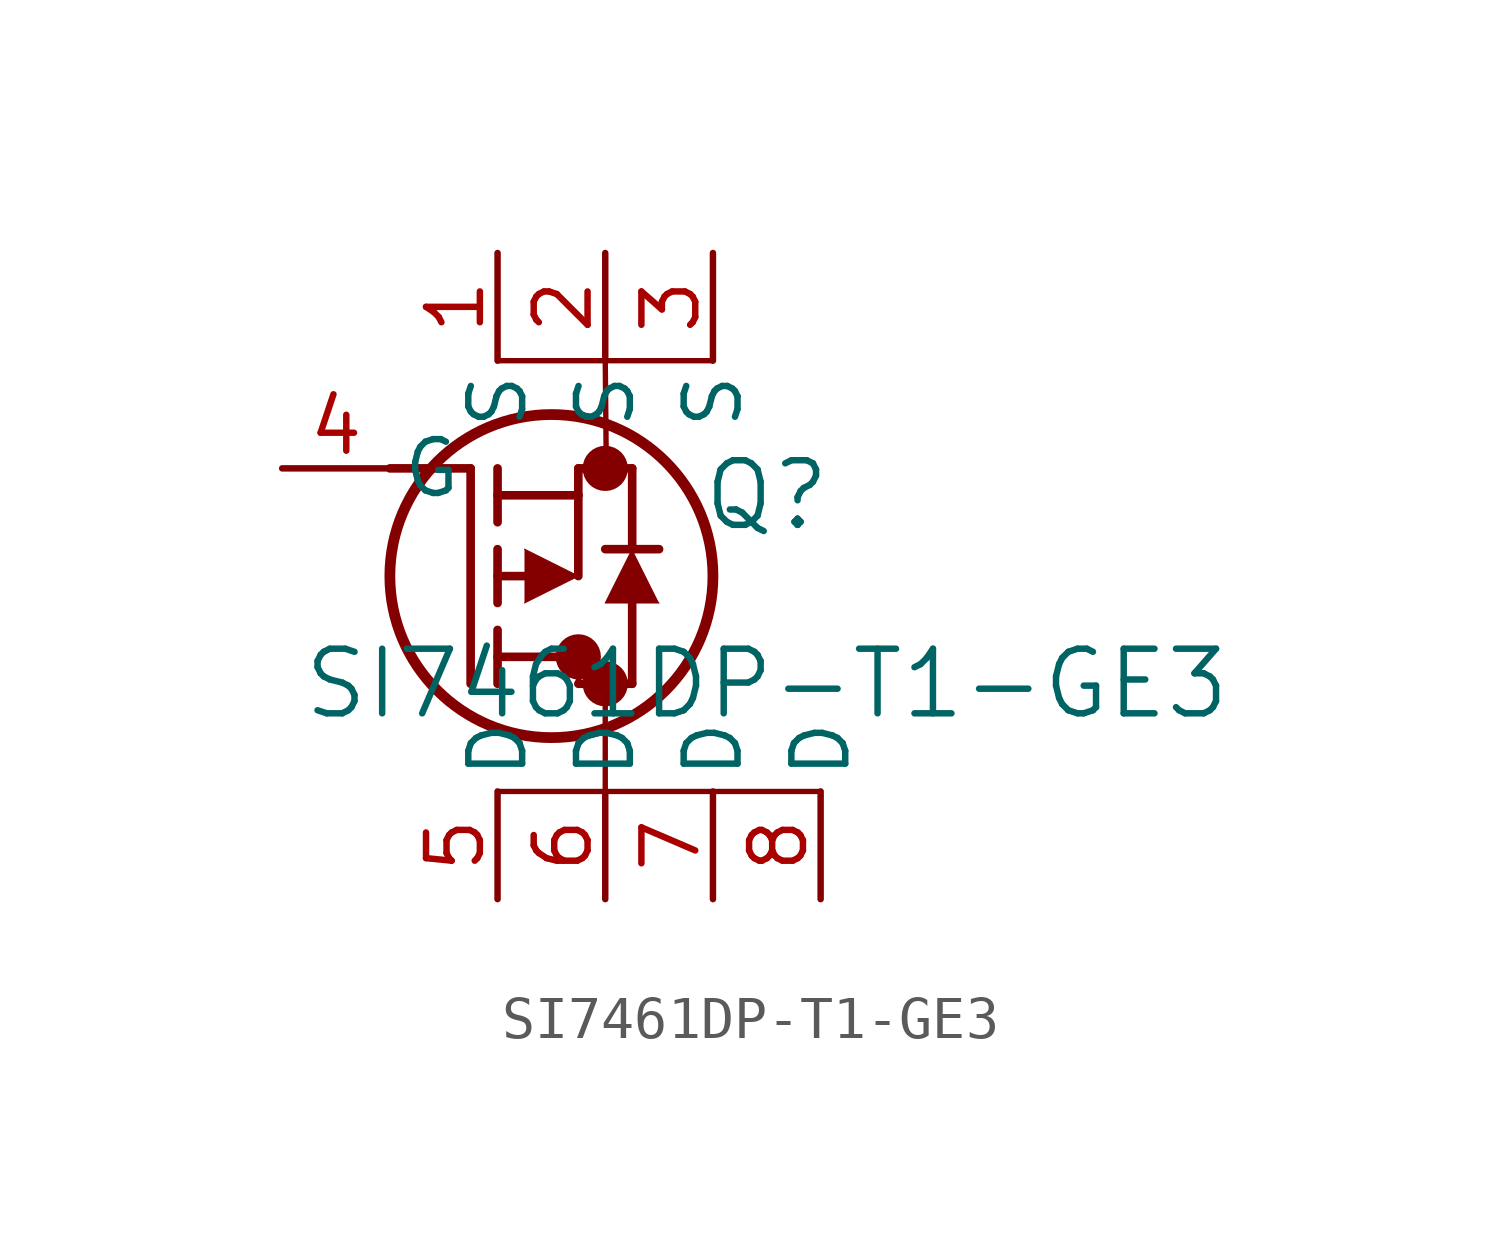
<source format=kicad_sym>
(kicad_symbol_lib
  (version 20211014)
  (generator kicad_symbol_editor)
  (symbol "SI7461DP-T1-GE3"
    (pin_names
      (offset 0.254))
    (property "Reference" "Q"
      (at 11.43 -0.635 0)
      (effects (font (size 1.524 1.524))))
    (property "Value" "SI7461DP-T1-GE3"
      (at 11.43 -5.08 0)
      (effects (font (size 1.524 1.524))))
    (symbol "SI7461DP-T1-GE3_0_1"
      (polyline (pts (xy 2.54 0) (xy 4.445 0)) (stroke (width 0.203) (type default) (color 0 0 0 0)) (fill (type none)))
      (circle (center 7.62 0) (radius 0.025) (stroke (width 0.508) (type default) (color 0 0 0 0)) (fill (type none)))
      (circle (center 7.62 -5.08) (radius 0.025) (stroke (width 0.508) (type default) (color 0 0 0 0)) (fill (type none)))
      (circle (center 6.985 -4.445) (radius 0.025) (stroke (width 0.508) (type default) (color 0 0 0 0)) (fill (type none)))
      (circle (center 6.35 -2.54) (radius 3.81) (stroke (width 0.254) (type default) (color 0 0 0 0)) (fill (type none)))
      (polyline (pts (xy 4.445 -5.08) (xy 4.445 0)) (stroke (width 0.203) (type default) (color 0 0 0 0)) (fill (type none)))
      (polyline (pts (xy 5.08 -3.175) (xy 5.08 -1.905)) (stroke (width 0.203) (type default) (color 0 0 0 0)) (fill (type none)))
      (polyline (pts (xy 5.08 -5.08) (xy 5.08 -3.81)) (stroke (width 0.203) (type default) (color 0 0 0 0)) (fill (type none)))
      (polyline (pts (xy 5.08 -1.27) (xy 5.08 0)) (stroke (width 0.203) (type default) (color 0 0 0 0)) (fill (type none)))
      (polyline (pts (xy 5.715 -2.54) (xy 5.08 -2.54)) (stroke (width 0.203) (type default) (color 0 0 0 0)) (fill (type none)))
      (polyline (pts (xy 5.08 -4.445) (xy 6.985 -4.445)) (stroke (width 0.203) (type default) (color 0 0 0 0)) (fill (type none)))
      (polyline (pts (xy 6.985 -0.635) (xy 6.985 -2.54)) (stroke (width 0.203) (type default) (color 0 0 0 0)) (fill (type none)))
      (polyline (pts (xy 6.985 -5.08) (xy 8.255 -5.08)) (stroke (width 0.203) (type default) (color 0 0 0 0)) (fill (type none)))
      (polyline (pts (xy 5.08 -0.635) (xy 6.985 -0.635)) (stroke (width 0.203) (type default) (color 0 0 0 0)) (fill (type none)))
      (polyline (pts (xy 8.255 -1.905) (xy 8.255 0)) (stroke (width 0.203) (type default) (color 0 0 0 0)) (fill (type none)))
      (polyline (pts (xy 5.715 -3.175) (xy 6.985 -2.54) (xy 5.715 -1.905)) (stroke (width 0.025) (type default) (color 0 0 0 0)) (fill (type outline)))
      (polyline (pts (xy 8.89 -3.175) (xy 7.62 -3.175) (xy 8.255 -1.905)) (stroke (width 0.025) (type default) (color 0 0 0 0)) (fill (type outline)))
      (polyline (pts (xy 8.255 -5.08) (xy 8.255 -3.175)) (stroke (width 0.203) (type default) (color 0 0 0 0)) (fill (type none)))
      (polyline (pts (xy 8.89 -1.905) (xy 7.62 -1.905)) (stroke (width 0.203) (type default) (color 0 0 0 0)) (fill (type none)))
      (polyline (pts (xy 6.985 0) (xy 8.255 0)) (stroke (width 0.203) (type default) (color 0 0 0 0)) (fill (type none)))
      (polyline (pts (xy 6.985 -0.635) (xy 6.985 0)) (stroke (width 0.203) (type default) (color 0 0 0 0)) (fill (type none)))
      (polyline (pts (xy 6.985 -4.445) (xy 6.985 -5.08)) (stroke (width 0.127) (type default) (color 0 0 0 0)) (fill (type none)))
      (polyline (pts (xy 5.08 -7.62) (xy 12.7 -7.62)) (stroke (width 0.127) (type default) (color 0 0 0 0)) (fill (type none)))
      (polyline (pts (xy 5.08 2.54) (xy 10.16 2.54)) (stroke (width 0.127) (type default) (color 0 0 0 0)) (fill (type none)))
      (polyline (pts (xy 7.62 2.54) (xy 7.645 0)) (stroke (width 0.127) (type default) (color 0 0 0 0)) (fill (type none)))
      (polyline (pts (xy 7.62 -7.62) (xy 7.62 -5.08)) (stroke (width 0.127) (type default) (color 0 0 0 0)) (fill (type none)))
      (pin unspecified line (at 5.08 5.08 270) (length 2.54) (name "S" (effects (font (size 1.27 1.27)))) (number "1" (effects (font (size 1.27 1.27)))))
      (pin unspecified line (at 7.62 5.08 270) (length 2.54) (name "S" (effects (font (size 1.27 1.27)))) (number "2" (effects (font (size 1.27 1.27)))))
      (pin unspecified line (at 10.16 5.08 270) (length 2.54) (name "S" (effects (font (size 1.27 1.27)))) (number "3" (effects (font (size 1.27 1.27)))))
      (pin unspecified line (at 0 0 0) (length 2.54) (name "G" (effects (font (size 1.27 1.27)))) (number "4" (effects (font (size 1.27 1.27)))))
      (pin unspecified line (at 5.08 -10.16 90) (length 2.54) (name "D" (effects (font (size 1.27 1.27)))) (number "5" (effects (font (size 1.27 1.27)))))
      (pin unspecified line (at 7.62 -10.16 90) (length 2.54) (name "D" (effects (font (size 1.27 1.27)))) (number "6" (effects (font (size 1.27 1.27)))))
      (pin unspecified line (at 10.16 -10.16 90) (length 2.54) (name "D" (effects (font (size 1.27 1.27)))) (number "7" (effects (font (size 1.27 1.27)))))
      (pin unspecified line (at 12.7 -10.16 90) (length 2.54) (name "D" (effects (font (size 1.27 1.27)))) (number "8" (effects (font (size 1.27 1.27))))))))
</source>
